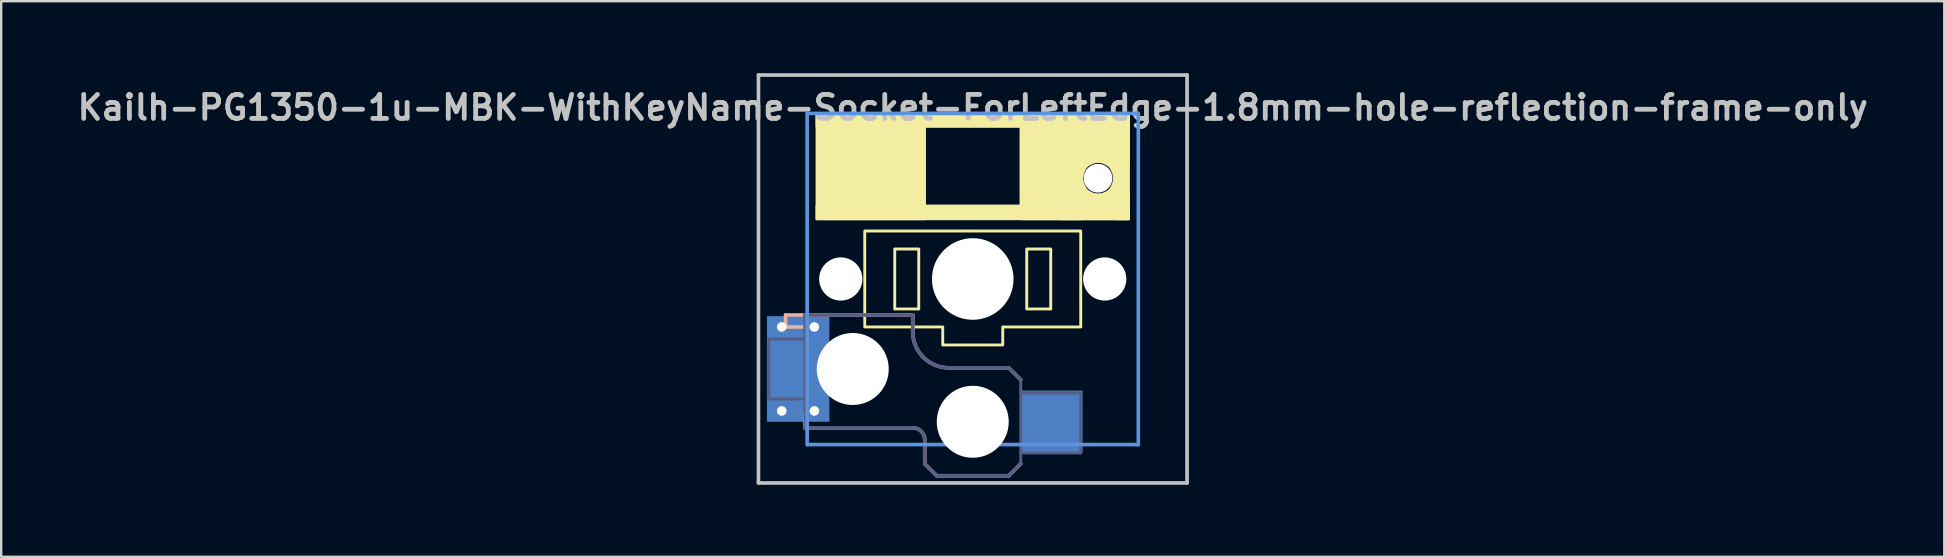
<source format=kicad_pcb>
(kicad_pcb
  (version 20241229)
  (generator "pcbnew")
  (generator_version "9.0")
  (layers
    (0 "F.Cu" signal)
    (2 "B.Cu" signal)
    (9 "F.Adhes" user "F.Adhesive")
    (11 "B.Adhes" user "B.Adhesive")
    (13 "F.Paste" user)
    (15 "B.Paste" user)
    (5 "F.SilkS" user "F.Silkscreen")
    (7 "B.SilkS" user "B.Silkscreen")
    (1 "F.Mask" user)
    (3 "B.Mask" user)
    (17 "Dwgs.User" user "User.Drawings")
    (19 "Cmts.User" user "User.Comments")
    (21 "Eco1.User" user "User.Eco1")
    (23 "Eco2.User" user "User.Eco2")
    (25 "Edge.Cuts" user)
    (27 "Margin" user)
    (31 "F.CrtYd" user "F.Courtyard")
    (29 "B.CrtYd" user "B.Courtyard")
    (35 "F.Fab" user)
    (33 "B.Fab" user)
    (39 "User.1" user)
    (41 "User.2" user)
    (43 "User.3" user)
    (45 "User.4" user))
  (footprint "Kailh-PG1350-1u-MBK-WithKeyName-Socket-ForLeftEdge-1.8mm-hole-reflection-frame-only"
    (layer "F.Cu")
    (at 37.486 8.576)
    (property "Reference" "Kailh-PG1350-1u-MBK-WithKeyName-Socket-ForLeftEdge-1.8mm-hole-reflection-frame-only" (at 0 -7.144 180) (layer "Dwgs.User") (effects (font (size 1 1) (thickness 0.2))))
    (attr through_hole)
    (fp_rect (start -3.25 -1.25) (end -2.25 1.25) (stroke (width 0.12) (type solid)) (fill no) (layer "F.SilkS"))
    (fp_rect (start 2.25 -1.25) (end 3.25 1.25) (stroke (width 0.12) (type solid)) (fill no) (layer "F.SilkS"))
    (fp_poly (pts (xy -2 -6.9) (xy -6.5 -6.9) (xy -6.5 -2.5) (xy -2 -2.5)) (stroke (width 0.1) (type solid)) (fill yes) (layer "F.SilkS"))
    (fp_poly (pts (xy 4.55 -6.9) (xy 2 -6.9) (xy 2 -2.5) (xy 4.55 -2.5)) (stroke (width 0.1) (type solid)) (fill yes) (layer "F.SilkS"))
    (fp_poly (pts (xy 6.5 -6.9) (xy -6.5 -6.9) (xy -6.5 -6.35) (xy 6.5 -6.35)) (stroke (width 0.1) (type solid)) (fill yes) (layer "F.SilkS"))
    (fp_poly (pts (xy 6.5 -6.9) (xy 3.6 -6.9) (xy 3.6 -4.89) (xy 6.5 -4.89)) (stroke (width 0.1) (type solid)) (fill yes) (layer "F.SilkS"))
    (fp_poly (pts (xy 6.5 -6.9) (xy 5.9 -6.9) (xy 5.9 -2.5) (xy 6.5 -2.5)) (stroke (width 0.1) (type solid)) (fill yes) (layer "F.SilkS"))
    (fp_poly (pts (xy 6.5 -3.51) (xy 3.6 -3.51) (xy 3.6 -2.5) (xy 6.5 -2.5)) (stroke (width 0.1) (type solid)) (fill yes) (layer "F.SilkS"))
    (fp_poly (pts (xy 6.5 -3.05) (xy -6.5 -3.05) (xy -6.5 -2.5) (xy 6.5 -2.5)) (stroke (width 0.1) (type solid)) (fill yes) (layer "F.SilkS"))
    (fp_poly (pts (xy 4.6 -4.45) (xy 4.7 -4.65) (xy 4.8 -4.75) (xy 5 -4.85) (xy 5.2 -4.9) (xy 4.55 -4.9) (xy 4.55 -4.25)) (stroke (width 0.1) (type solid)) (fill yes) (layer "F.SilkS"))
    (fp_poly (pts (xy 5 -3.55) (xy 4.8 -3.65) (xy 4.7 -3.75) (xy 4.6 -3.95) (xy 4.55 -4.15) (xy 4.55 -3.5) (xy 5.2 -3.5)) (stroke (width 0.1) (type solid)) (fill yes) (layer "F.SilkS"))
    (fp_poly (pts (xy 5.45 -4.85) (xy 5.65 -4.75) (xy 5.75 -4.65) (xy 5.85 -4.45) (xy 5.9 -4.25) (xy 5.9 -4.9) (xy 5.25 -4.9)) (stroke (width 0.1) (type solid)) (fill yes) (layer "F.SilkS"))
    (fp_poly (pts (xy 5.85 -3.95) (xy 5.75 -3.75) (xy 5.65 -3.65) (xy 5.45 -3.55) (xy 5.25 -3.5) (xy 5.9 -3.5) (xy 5.9 -4.15)) (stroke (width 0.1) (type solid)) (fill yes) (layer "F.SilkS"))
    (fp_poly (pts (xy 4.5 2) (xy 1.25 2) (xy 1.25 2.75) (xy -1.25 2.75) (xy -1.25 2) (xy -4.5 2) (xy -4.5 -2) (xy 4.5 -2)) (stroke (width 0.12) (type solid)) (fill no) (layer "F.SilkS"))
    (fp_line (start -7.8 1.5) (end -7.8 2) (stroke (width 0.15) (type solid)) (layer "B.SilkS"))
    (fp_line (start -7 2) (end -7.8 2) (stroke (width 0.15) (type solid)) (layer "B.SilkS"))
    (fp_line (start -7 5.6) (end -7 6.2) (stroke (width 0.15) (type solid)) (layer "B.SilkS"))
    (fp_line (start -7 6.2) (end -2.5 6.2) (stroke (width 0.15) (type solid)) (layer "B.SilkS"))
    (fp_line (start -2.5 1.5) (end -7.8 1.5) (stroke (width 0.15) (type solid)) (layer "B.SilkS"))
    (fp_line (start -2.5 2.2) (end -2.5 1.5) (stroke (width 0.15) (type solid)) (layer "B.SilkS"))
    (fp_line (start -2 6.7) (end -2 7.7) (stroke (width 0.15) (type solid)) (layer "B.SilkS"))
    (fp_line (start -1.5 8.2) (end -2 7.7) (stroke (width 0.15) (type solid)) (layer "B.SilkS"))
    (fp_line (start 1.5 3.7) (end -1 3.7) (stroke (width 0.15) (type solid)) (layer "B.SilkS"))
    (fp_line (start 1.5 8.2) (end -1.5 8.2) (stroke (width 0.15) (type solid)) (layer "B.SilkS"))
    (fp_line (start 2 4.2) (end 1.5 3.7) (stroke (width 0.15) (type solid)) (layer "B.SilkS"))
    (fp_line (start 2 7.7) (end 1.5 8.2) (stroke (width 0.15) (type solid)) (layer "B.SilkS"))
    (fp_arc (start -2.5 6.2) (mid -2.146447 6.346447) (end -2 6.7) (stroke (width 0.15) (type solid)) (layer "B.SilkS"))
    (fp_arc (start -1 3.7) (mid -2.06066 3.26066) (end -2.5 2.2) (stroke (width 0.15) (type solid)) (layer "B.SilkS"))
    (fp_line (start -8.93 -8.5) (end 8.93 -8.5) (stroke (width 0.152) (type solid)) (layer "Dwgs.User"))
    (fp_line (start -8.93 8.5) (end -8.93 -8.5) (stroke (width 0.152) (type solid)) (layer "Dwgs.User"))
    (fp_line (start 8.93 -8.5) (end 8.93 8.5) (stroke (width 0.152) (type solid)) (layer "Dwgs.User"))
    (fp_line (start 8.93 8.5) (end -8.93 8.5) (stroke (width 0.152) (type solid)) (layer "Dwgs.User"))
    (fp_line (start -6.9 -6.9) (end 6.9 -6.9) (stroke (width 0.152) (type solid)) (layer "Cmts.User"))
    (fp_line (start -6.9 6.9) (end -6.9 -6.9) (stroke (width 0.152) (type solid)) (layer "Cmts.User"))
    (fp_line (start 6.9 -6.9) (end 6.9 6.9) (stroke (width 0.152) (type solid)) (layer "Cmts.User"))
    (fp_line (start 6.9 6.9) (end -6.9 6.9) (stroke (width 0.152) (type solid)) (layer "Cmts.User"))
    (fp_line (start -7.5 -7.5) (end 7.5 -7.5) (stroke (width 0.152) (type solid)) (layer "Eco2.User"))
    (fp_line (start -7.5 7.5) (end -7.5 -7.5) (stroke (width 0.152) (type solid)) (layer "Eco2.User"))
    (fp_line (start -2.6 -3.1) (end -2.6 -6.3) (stroke (width 0.15) (type solid)) (layer "Eco2.User"))
    (fp_line (start -2.6 -3.1) (end 2.6 -3.1) (stroke (width 0.15) (type solid)) (layer "Eco2.User"))
    (fp_line (start 2.6 -6.3) (end -2.6 -6.3) (stroke (width 0.15) (type solid)) (layer "Eco2.User"))
    (fp_line (start 2.6 -3.1) (end 2.6 -6.3) (stroke (width 0.15) (type solid)) (layer "Eco2.User"))
    (fp_line (start 7.5 -7.5) (end 7.5 7.5) (stroke (width 0.152) (type solid)) (layer "Eco2.User"))
    (fp_line (start 7.5 7.5) (end -7.5 7.5) (stroke (width 0.152) (type solid)) (layer "Eco2.User"))
    (fp_line (start -8.5 2.5) (end -7 2.5) (stroke (width 0.12) (type solid)) (layer "B.Fab"))
    (fp_line (start -8.5 5) (end -8.5 2.5) (stroke (width 0.12) (type solid)) (layer "B.Fab"))
    (fp_line (start -7 1.5) (end -7 6.2) (stroke (width 0.12) (type solid)) (layer "B.Fab"))
    (fp_line (start -7 5) (end -8.5 5) (stroke (width 0.12) (type solid)) (layer "B.Fab"))
    (fp_line (start -7 6.2) (end -2.5 6.2) (stroke (width 0.15) (type solid)) (layer "B.Fab"))
    (fp_line (start -2.5 1.5) (end -7 1.5) (stroke (width 0.15) (type solid)) (layer "B.Fab"))
    (fp_line (start -2.5 2.2) (end -2.5 1.5) (stroke (width 0.15) (type solid)) (layer "B.Fab"))
    (fp_line (start -2 6.7) (end -2 7.7) (stroke (width 0.15) (type solid)) (layer "B.Fab"))
    (fp_line (start -1.5 8.2) (end -2 7.7) (stroke (width 0.15) (type solid)) (layer "B.Fab"))
    (fp_line (start 1.5 3.7) (end -1 3.7) (stroke (width 0.15) (type solid)) (layer "B.Fab"))
    (fp_line (start 1.5 8.2) (end -1.5 8.2) (stroke (width 0.15) (type solid)) (layer "B.Fab"))
    (fp_line (start 2 4.2) (end 1.5 3.7) (stroke (width 0.15) (type solid)) (layer "B.Fab"))
    (fp_line (start 2 4.25) (end 2 7.7) (stroke (width 0.12) (type solid)) (layer "B.Fab"))
    (fp_line (start 2 4.75) (end 4.5 4.75) (stroke (width 0.12) (type solid)) (layer "B.Fab"))
    (fp_line (start 2 7.7) (end 1.5 8.2) (stroke (width 0.15) (type solid)) (layer "B.Fab"))
    (fp_line (start 4.5 4.75) (end 4.5 7.25) (stroke (width 0.12) (type solid)) (layer "B.Fab"))
    (fp_line (start 4.5 7.25) (end 2 7.25) (stroke (width 0.12) (type solid)) (layer "B.Fab"))
    (fp_arc (start -2.5 6.2) (mid -2.146447 6.346447) (end -2 6.7) (stroke (width 0.15) (type solid)) (layer "B.Fab"))
    (fp_arc (start -1 3.7) (mid -2.06066 3.26066) (end -2.5 2.2) (stroke (width 0.15) (type solid)) (layer "B.Fab"))
    (pad "" np_thru_hole circle (at -5.5 0 180) (size 1.8 1.8) (drill 1.8) (layers "*.Cu" "*.Mask"))
    (pad "" np_thru_hole circle (at -5 3.75) (size 3 3) (drill 3) (layers "*.Cu" "*.Mask"))
    (pad "" np_thru_hole circle (at 0 0 180) (size 3.4 3.4) (drill 3.4) (layers "*.Cu" "*.Mask"))
    (pad "" np_thru_hole circle (at 0 5.95) (size 3 3) (drill 3) (layers "*.Cu" "*.Mask"))
    (pad "" np_thru_hole circle (at 5.22 -4.2 180) (size 1.2 1.2) (drill 1.2) (layers "*.Cu" "*.Mask"))
    (pad "" np_thru_hole circle (at 5.5 0 180) (size 1.8 1.8) (drill 1.8) (layers "*.Cu" "*.Mask"))
    (pad "1" smd rect (at 3.275 5.95) (size 2.6 2.6) (layers "B.Cu" "B.Mask" "B.Paste"))
    (pad "2" thru_hole circle (at -7.96 1.998) (size 0.8 0.8) (drill 0.4) (layers "*.Cu"))
    (pad "2" thru_hole circle (at -7.96 5.498) (size 0.8 0.8) (drill 0.4) (layers "*.Cu"))
    (pad "2" smd rect (at -7.525 3.75) (size 2.1 2.6) (layers "B.Cu" "B.Mask" "B.Paste"))
    (pad "2" smd rect (at -7.275 3.75) (size 2.6 4.4) (layers "B.Cu"))
    (pad "2" thru_hole circle (at -6.6 2) (size 0.8 0.8) (drill 0.4) (layers "*.Cu"))
    (pad "2" thru_hole circle (at -6.6 5.5) (size 0.8 0.8) (drill 0.4) (layers "*.Cu")))
  (gr_rect
    (start -3 -3)
    (end 77.971 20.152)
    (stroke (width 0.1) (type default))
    (fill no)
    (layer "Edge.Cuts")))
</source>
